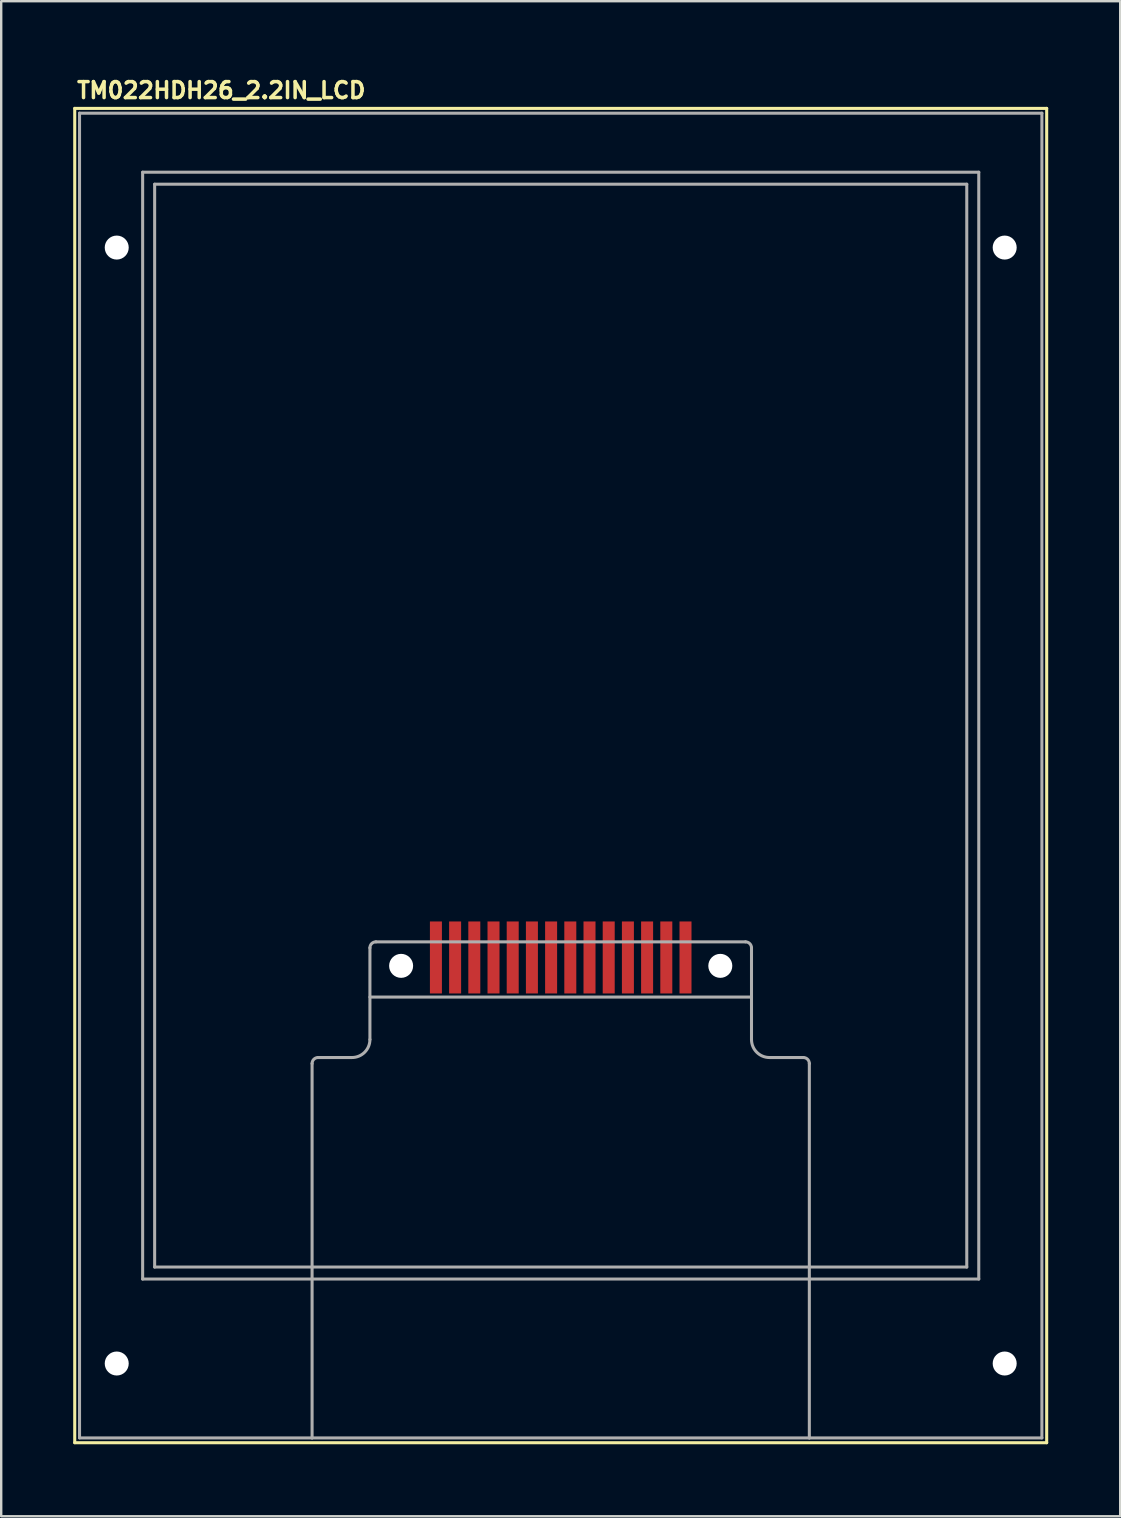
<source format=kicad_pcb>
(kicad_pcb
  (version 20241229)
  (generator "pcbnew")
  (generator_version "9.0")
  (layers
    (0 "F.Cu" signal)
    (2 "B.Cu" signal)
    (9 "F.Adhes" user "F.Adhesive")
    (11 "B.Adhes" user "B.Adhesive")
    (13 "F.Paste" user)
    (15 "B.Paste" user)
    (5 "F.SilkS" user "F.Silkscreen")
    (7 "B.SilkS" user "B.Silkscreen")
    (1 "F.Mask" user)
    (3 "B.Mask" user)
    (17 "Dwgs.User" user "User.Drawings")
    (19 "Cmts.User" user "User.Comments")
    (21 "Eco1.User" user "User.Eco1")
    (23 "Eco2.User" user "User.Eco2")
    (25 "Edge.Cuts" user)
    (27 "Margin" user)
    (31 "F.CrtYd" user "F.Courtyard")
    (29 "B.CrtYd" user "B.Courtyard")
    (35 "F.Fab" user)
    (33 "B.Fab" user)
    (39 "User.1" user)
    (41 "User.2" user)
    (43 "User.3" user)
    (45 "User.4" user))
  (footprint "TM022HDH26_2.2IN_LCD"
    (layer "F.Cu")
    (at 20.314 27.186)
    (property "Reference" "TM022HDH26_2.2IN_LCD" (at -20.233 -26.081 0) (layer "F.SilkS") (effects (font (size 0.666 0.666) (thickness 0.146)) (justify left bottom)))
    (fp_line (start -20.25 -25.72) (end 20.25 -25.72) (stroke (width 0.127) (type solid)) (layer "F.SilkS"))
    (fp_line (start -20.25 29.88) (end -20.25 -25.72) (stroke (width 0.127) (type solid)) (layer "F.SilkS"))
    (fp_line (start 20.25 -25.72) (end 20.25 29.88) (stroke (width 0.127) (type solid)) (layer "F.SilkS"))
    (fp_line (start 20.25 29.88) (end -20.25 29.88) (stroke (width 0.127) (type solid)) (layer "F.SilkS"))
    (fp_line (start -20.05 -25.52) (end 20.05 -25.52) (stroke (width 0.127) (type solid)) (layer "F.Fab"))
    (fp_line (start -20.05 29.68) (end -20.05 -25.52) (stroke (width 0.127) (type solid)) (layer "F.Fab"))
    (fp_line (start -17.42 -23.06) (end 17.42 -23.06) (stroke (width 0.127) (type solid)) (layer "F.Fab"))
    (fp_line (start -17.42 23.06) (end -17.42 -23.06) (stroke (width 0.127) (type solid)) (layer "F.Fab"))
    (fp_line (start -16.92 -22.56) (end 16.92 -22.56) (stroke (width 0.127) (type solid)) (layer "F.Fab"))
    (fp_line (start -16.92 22.56) (end -16.92 -22.56) (stroke (width 0.127) (type solid)) (layer "F.Fab"))
    (fp_line (start -10.36 14.08) (end -10.36 29.68) (stroke (width 0.127) (type solid)) (layer "F.Fab"))
    (fp_line (start -10.36 29.68) (end -20.05 29.68) (stroke (width 0.127) (type solid)) (layer "F.Fab"))
    (fp_line (start -8.7 13.83) (end -10.11 13.83) (stroke (width 0.127) (type solid)) (layer "F.Fab"))
    (fp_line (start -8.69 13.83) (end -8.7 13.83) (stroke (width 0.127) (type solid)) (layer "F.Fab"))
    (fp_line (start -7.95 9.26) (end -7.95 13.08) (stroke (width 0.127) (type solid)) (layer "F.Fab"))
    (fp_line (start 7.7 9.01) (end -7.7 9.01) (stroke (width 0.127) (type solid)) (layer "F.Fab"))
    (fp_line (start 7.95 9.26) (end 7.95 13.08) (stroke (width 0.127) (type solid)) (layer "F.Fab"))
    (fp_line (start 7.95 11.31) (end -7.95 11.31) (stroke (width 0.127) (type solid)) (layer "F.Fab"))
    (fp_line (start 10.11 13.83) (end 8.7 13.83) (stroke (width 0.127) (type solid)) (layer "F.Fab"))
    (fp_line (start 10.36 29.68) (end -10.36 29.68) (stroke (width 0.127) (type solid)) (layer "F.Fab"))
    (fp_line (start 10.36 29.68) (end 10.36 14.08) (stroke (width 0.127) (type solid)) (layer "F.Fab"))
    (fp_line (start 16.92 -22.56) (end 16.92 22.56) (stroke (width 0.127) (type solid)) (layer "F.Fab"))
    (fp_line (start 16.92 22.56) (end -16.92 22.56) (stroke (width 0.127) (type solid)) (layer "F.Fab"))
    (fp_line (start 17.42 -23.06) (end 17.42 23.06) (stroke (width 0.127) (type solid)) (layer "F.Fab"))
    (fp_line (start 17.42 23.06) (end -17.42 23.06) (stroke (width 0.127) (type solid)) (layer "F.Fab"))
    (fp_line (start 20.05 -25.52) (end 20.05 29.68) (stroke (width 0.127) (type solid)) (layer "F.Fab"))
    (fp_line (start 20.05 29.68) (end 10.36 29.68) (stroke (width 0.127) (type solid)) (layer "F.Fab"))
    (fp_arc (start -10.36 14.08) (mid -10.286777 13.903223) (end -10.11 13.83) (stroke (width 0.127) (type solid)) (layer "F.Fab"))
    (fp_arc (start -7.95 9.26) (mid -7.876777 9.083223) (end -7.7 9.01) (stroke (width 0.127) (type solid)) (layer "F.Fab"))
    (fp_arc (start -7.95 13.08) (mid -8.16967 13.61033) (end -8.7 13.83) (stroke (width 0.127) (type solid)) (layer "F.Fab"))
    (fp_arc (start 7.7 9.01) (mid 7.876777 9.083223) (end 7.95 9.26) (stroke (width 0.127) (type solid)) (layer "F.Fab"))
    (fp_arc (start 8.7 13.83) (mid 8.16967 13.61033) (end 7.95 13.08) (stroke (width 0.127) (type solid)) (layer "F.Fab"))
    (fp_arc (start 10.11 13.83) (mid 10.286777 13.903223) (end 10.36 14.08) (stroke (width 0.127) (type solid)) (layer "F.Fab"))
    (pad "" np_thru_hole circle (at -18.5 -19.92) (size 1 1) (drill 1) (layers "*.Cu" "*.Mask"))
    (pad "" np_thru_hole circle (at -18.5 26.58) (size 1 1) (drill 1) (layers "*.Cu" "*.Mask"))
    (pad "" np_thru_hole circle (at -6.65 10.01) (size 1 1) (drill 1) (layers "*.Cu" "*.Mask"))
    (pad "" np_thru_hole circle (at 6.65 10.01) (size 1 1) (drill 1) (layers "*.Cu" "*.Mask"))
    (pad "" np_thru_hole circle (at 18.5 -19.92) (size 1 1) (drill 1) (layers "*.Cu" "*.Mask"))
    (pad "" np_thru_hole circle (at 18.5 26.58) (size 1 1) (drill 1) (layers "*.Cu" "*.Mask"))
    (pad "1" smd rect (at -5.2 9.66) (size 0.5 3) (layers "F.Cu" "F.Mask" "F.Paste"))
    (pad "2" smd rect (at -4.4 9.66) (size 0.5 3) (layers "F.Cu" "F.Mask" "F.Paste"))
    (pad "3" smd rect (at -3.6 9.66) (size 0.5 3) (layers "F.Cu" "F.Mask" "F.Paste"))
    (pad "4" smd rect (at -2.8 9.66) (size 0.5 3) (layers "F.Cu" "F.Mask" "F.Paste"))
    (pad "5" smd rect (at -2 9.66) (size 0.5 3) (layers "F.Cu" "F.Mask" "F.Paste"))
    (pad "6" smd rect (at -1.2 9.66) (size 0.5 3) (layers "F.Cu" "F.Mask" "F.Paste"))
    (pad "7" smd rect (at -0.4 9.66) (size 0.5 3) (layers "F.Cu" "F.Mask" "F.Paste"))
    (pad "8" smd rect (at 0.4 9.66) (size 0.5 3) (layers "F.Cu" "F.Mask" "F.Paste"))
    (pad "9" smd rect (at 1.2 9.66) (size 0.5 3) (layers "F.Cu" "F.Mask" "F.Paste"))
    (pad "10" smd rect (at 2 9.66) (size 0.5 3) (layers "F.Cu" "F.Mask" "F.Paste"))
    (pad "11" smd rect (at 2.8 9.66) (size 0.5 3) (layers "F.Cu" "F.Mask" "F.Paste"))
    (pad "12" smd rect (at 3.6 9.66) (size 0.5 3) (layers "F.Cu" "F.Mask" "F.Paste"))
    (pad "13" smd rect (at 4.4 9.66) (size 0.5 3) (layers "F.Cu" "F.Mask" "F.Paste"))
    (pad "14" smd rect (at 5.2 9.66) (size 0.5 3) (layers "F.Cu" "F.Mask" "F.Paste")))
  (gr_rect
    (start -3 -3)
    (end 43.627 60.13)
    (stroke (width 0.1) (type default))
    (fill no)
    (layer "Edge.Cuts")))
</source>
